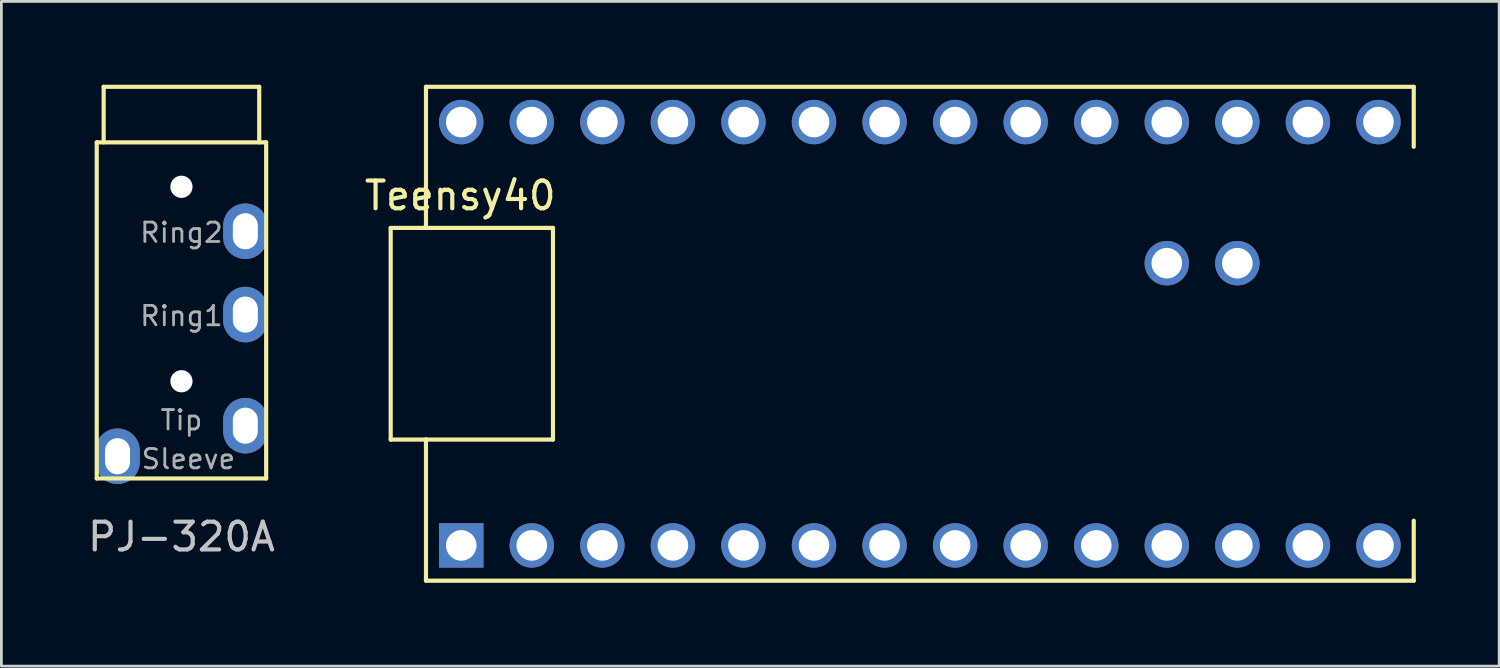
<source format=kicad_pcb>
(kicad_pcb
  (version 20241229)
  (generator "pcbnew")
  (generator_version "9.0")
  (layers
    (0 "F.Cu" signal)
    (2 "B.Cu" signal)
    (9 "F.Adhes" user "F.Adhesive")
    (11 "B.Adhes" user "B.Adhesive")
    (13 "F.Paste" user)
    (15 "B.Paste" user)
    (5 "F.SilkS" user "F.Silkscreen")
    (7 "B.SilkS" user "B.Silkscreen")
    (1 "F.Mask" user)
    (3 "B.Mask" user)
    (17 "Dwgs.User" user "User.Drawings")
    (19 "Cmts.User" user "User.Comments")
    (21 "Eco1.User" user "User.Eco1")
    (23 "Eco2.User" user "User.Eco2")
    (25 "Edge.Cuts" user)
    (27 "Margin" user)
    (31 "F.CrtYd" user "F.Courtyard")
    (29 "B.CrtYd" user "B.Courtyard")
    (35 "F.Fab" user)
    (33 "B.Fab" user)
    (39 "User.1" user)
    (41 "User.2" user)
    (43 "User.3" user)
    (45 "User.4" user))
  (footprint "PJ-320A"
    (layer "F.Cu")
    (at 3.482 2.075)
    (property "Reference" "PJ-320A" (at 0 14.2 0) (layer "Dwgs.User") (effects (font (size 1 1) (thickness 0.15))))
    (attr through_hole)
    (fp_line (start -3.05 0) (end -3.05 12.1) (stroke (width 0.15) (type solid)) (layer "F.SilkS"))
    (fp_line (start -2.8 0) (end -2.8 -2) (stroke (width 0.15) (type solid)) (layer "F.SilkS"))
    (fp_line (start 2.8 -2) (end -2.8 -2) (stroke (width 0.15) (type solid)) (layer "F.SilkS"))
    (fp_line (start 2.8 0) (end 2.8 -2) (stroke (width 0.15) (type solid)) (layer "F.SilkS"))
    (fp_line (start 3.05 0) (end -3.05 0) (stroke (width 0.15) (type solid)) (layer "F.SilkS"))
    (fp_line (start 3.05 0) (end 3.05 12.1) (stroke (width 0.15) (type solid)) (layer "F.SilkS"))
    (fp_line (start 3.05 12.1) (end -3.05 12.1) (stroke (width 0.15) (type solid)) (layer "F.SilkS"))
    (fp_text user "Ring2" (at 0 3.25 0) (layer "F.Fab") (effects (font (size 0.7 0.7) (thickness 0.1))))
    (fp_text user "Tip" (at 0 10 0) (layer "F.Fab") (effects (font (size 0.7 0.7) (thickness 0.1))))
    (fp_text user "Sleeve" (at 0.25 11.4 0) (layer "F.Fab") (effects (font (size 0.7 0.7) (thickness 0.1))))
    (fp_text user "Ring1" (at 0 6.25 0) (layer "F.Fab") (effects (font (size 0.7 0.7) (thickness 0.1))))
    (pad "" np_thru_hole circle (at 0 1.6) (size 0.8 0.8) (drill 0.8) (layers "*.Cu" "*.Mask"))
    (pad "" np_thru_hole circle (at 0 8.6) (size 0.8 0.8) (drill 0.8) (layers "*.Cu" "*.Mask"))
    (pad "R1" thru_hole oval (at 2.3 6.2) (size 1.6 2) (drill oval 0.9 1.3) (layers "*.Cu" "*.Mask"))
    (pad "R2" thru_hole oval (at 2.3 3.2) (size 1.6 2) (drill oval 0.9 1.3) (layers "*.Cu" "*.Mask"))
    (pad "S" thru_hole oval (at -2.3 11.3) (size 1.6 2) (drill oval 0.9 1.3) (layers "*.Cu" "*.Mask"))
    (pad "T" thru_hole oval (at 2.3 10.2) (size 1.6 2) (drill oval 0.9 1.3) (layers "*.Cu" "*.Mask")))
  (footprint "Teensy40"
    (layer "F.Cu")
    (at 30.065 8.965)
    (property "Reference" "Teensy40" (at -16.547 -4.972 0) (layer "F.SilkS") (effects (font (size 1 1) (thickness 0.15))))
    (attr through_hole)
    (fp_line (start -19.05 -3.81) (end -17.78 -3.81) (stroke (width 0.15) (type solid)) (layer "F.SilkS"))
    (fp_line (start -19.05 3.81) (end -19.05 -3.81) (stroke (width 0.15) (type solid)) (layer "F.SilkS"))
    (fp_line (start -17.78 -8.89) (end 17.78 -8.89) (stroke (width 0.15) (type solid)) (layer "F.SilkS"))
    (fp_line (start -17.78 -3.81) (end -17.78 -8.89) (stroke (width 0.15) (type solid)) (layer "F.SilkS"))
    (fp_line (start -17.78 3.81) (end -19.05 3.81) (stroke (width 0.15) (type solid)) (layer "F.SilkS"))
    (fp_line (start -17.78 8.89) (end -17.78 3.81) (stroke (width 0.15) (type solid)) (layer "F.SilkS"))
    (fp_line (start -13.208 -3.81) (end -17.78 -3.81) (stroke (width 0.15) (type solid)) (layer "F.SilkS"))
    (fp_line (start -13.208 3.81) (end -17.78 3.81) (stroke (width 0.15) (type solid)) (layer "F.SilkS"))
    (fp_line (start -13.208 3.81) (end -13.208 -3.81) (stroke (width 0.15) (type solid)) (layer "F.SilkS"))
    (fp_line (start 17.78 -8.89) (end 17.78 -6.731) (stroke (width 0.15) (type solid)) (layer "F.SilkS"))
    (fp_line (start 17.78 6.731) (end 17.78 8.89) (stroke (width 0.15) (type solid)) (layer "F.SilkS"))
    (fp_line (start 17.78 8.89) (end -17.78 8.89) (stroke (width 0.15) (type solid)) (layer "F.SilkS"))
    (pad "1" thru_hole rect (at -16.51 7.62) (size 1.6 1.6) (drill 1.1) (layers "*.Cu" "*.Mask"))
    (pad "2" thru_hole circle (at -13.97 7.62) (size 1.6 1.6) (drill 1.1) (layers "*.Cu" "*.Mask"))
    (pad "3" thru_hole circle (at -11.43 7.62) (size 1.6 1.6) (drill 1.1) (layers "*.Cu" "*.Mask"))
    (pad "4" thru_hole circle (at -8.89 7.62) (size 1.6 1.6) (drill 1.1) (layers "*.Cu" "*.Mask"))
    (pad "5" thru_hole circle (at -6.35 7.62) (size 1.6 1.6) (drill 1.1) (layers "*.Cu" "*.Mask"))
    (pad "6" thru_hole circle (at -3.81 7.62) (size 1.6 1.6) (drill 1.1) (layers "*.Cu" "*.Mask"))
    (pad "7" thru_hole circle (at -1.27 7.62) (size 1.6 1.6) (drill 1.1) (layers "*.Cu" "*.Mask"))
    (pad "8" thru_hole circle (at 1.27 7.62) (size 1.6 1.6) (drill 1.1) (layers "*.Cu" "*.Mask"))
    (pad "9" thru_hole circle (at 3.81 7.62) (size 1.6 1.6) (drill 1.1) (layers "*.Cu" "*.Mask"))
    (pad "10" thru_hole circle (at 6.35 7.62) (size 1.6 1.6) (drill 1.1) (layers "*.Cu" "*.Mask"))
    (pad "11" thru_hole circle (at 8.89 7.62) (size 1.6 1.6) (drill 1.1) (layers "*.Cu" "*.Mask"))
    (pad "12" thru_hole circle (at 11.43 7.62) (size 1.6 1.6) (drill 1.1) (layers "*.Cu" "*.Mask"))
    (pad "13" thru_hole circle (at 13.97 7.62) (size 1.6 1.6) (drill 1.1) (layers "*.Cu" "*.Mask"))
    (pad "14" thru_hole circle (at 16.51 7.62) (size 1.6 1.6) (drill 1.1) (layers "*.Cu" "*.Mask"))
    (pad "20" thru_hole circle (at 16.51 -7.62) (size 1.6 1.6) (drill 1.1) (layers "*.Cu" "*.Mask"))
    (pad "21" thru_hole circle (at 13.97 -7.62) (size 1.6 1.6) (drill 1.1) (layers "*.Cu" "*.Mask"))
    (pad "22" thru_hole circle (at 11.43 -7.62) (size 1.6 1.6) (drill 1.1) (layers "*.Cu" "*.Mask"))
    (pad "23" thru_hole circle (at 8.89 -7.62) (size 1.6 1.6) (drill 1.1) (layers "*.Cu" "*.Mask"))
    (pad "24" thru_hole circle (at 6.35 -7.62) (size 1.6 1.6) (drill 1.1) (layers "*.Cu" "*.Mask"))
    (pad "25" thru_hole circle (at 3.81 -7.62) (size 1.6 1.6) (drill 1.1) (layers "*.Cu" "*.Mask"))
    (pad "26" thru_hole circle (at 1.27 -7.62) (size 1.6 1.6) (drill 1.1) (layers "*.Cu" "*.Mask"))
    (pad "27" thru_hole circle (at -1.27 -7.62) (size 1.6 1.6) (drill 1.1) (layers "*.Cu" "*.Mask"))
    (pad "28" thru_hole circle (at -3.81 -7.62) (size 1.6 1.6) (drill 1.1) (layers "*.Cu" "*.Mask"))
    (pad "29" thru_hole circle (at -6.35 -7.62) (size 1.6 1.6) (drill 1.1) (layers "*.Cu" "*.Mask"))
    (pad "30" thru_hole circle (at -8.89 -7.62) (size 1.6 1.6) (drill 1.1) (layers "*.Cu" "*.Mask"))
    (pad "31" thru_hole circle (at -11.43 -7.62) (size 1.6 1.6) (drill 1.1) (layers "*.Cu" "*.Mask"))
    (pad "32" thru_hole circle (at -13.97 -7.62) (size 1.6 1.6) (drill 1.1) (layers "*.Cu" "*.Mask"))
    (pad "33" thru_hole circle (at -16.51 -7.62) (size 1.6 1.6) (drill 1.1) (layers "*.Cu" "*.Mask"))
    (pad "37" thru_hole circle (at 11.43 -2.54) (size 1.6 1.6) (drill 1.1) (layers "*.Cu" "*.Mask"))
    (pad "38" thru_hole circle (at 8.89 -2.54) (size 1.6 1.6) (drill 1.1) (layers "*.Cu" "*.Mask")))
  (gr_rect
    (start -3 -3)
    (end 50.92 20.93)
    (stroke (width 0.1) (type default))
    (fill no)
    (layer "Edge.Cuts")))
</source>
